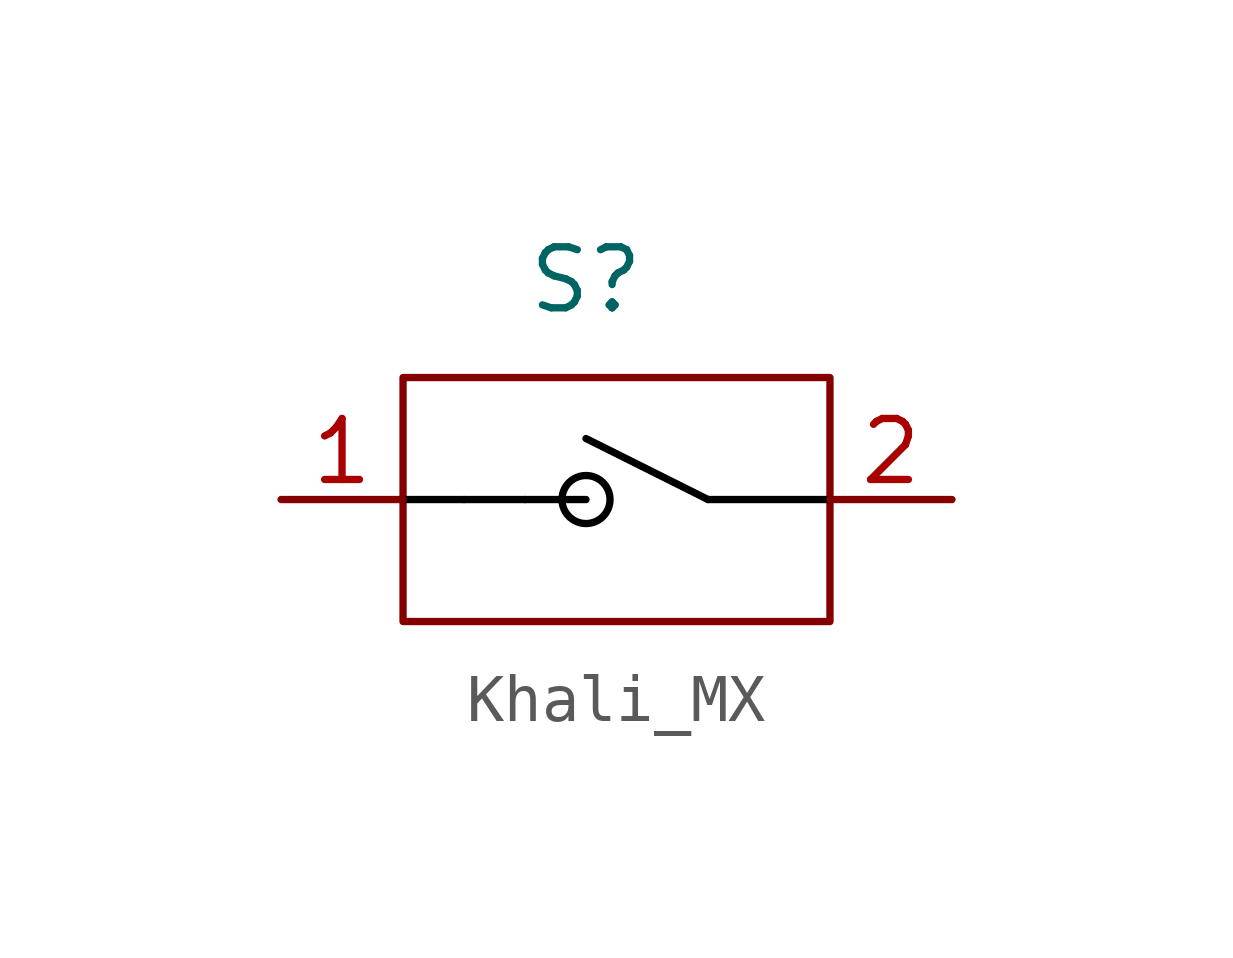
<source format=kicad_sym>
(kicad_symbol_lib
  (version 20231120)
  (generator "kicad_symbol_editor")
  (generator_version "8.0")
  (symbol "Khali_MX"
    (property "Reference" "S"
      (at 0 0.762 0)
      (effects (font (size 1.27 1.27))))
    (property "Value" ""
      (at 0 0 0)
      (effects (font (size 1.27 1.27))))
    (symbol "Khali_MX_0_1"
      (rectangle (start -3.81 -1.27) (end 5.08 -6.35) (stroke (width 0) (type default)) (fill (type none)))
      (circle (center 0 -3.81) (radius 0.5) (stroke (width 0) (type default) (color 0 0 0 1)) (fill (type color) (color 255 255 255 1)))
      (polyline (pts (xy -3.81 -3.81) (xy -2.54 -3.81)) (stroke (width 0) (type default) (color 0 0 0 1)) (fill (type none)))
      (polyline (pts (xy -2.54 -3.81) (xy -1.27 -3.81)) (stroke (width 0) (type default) (color 0 0 0 1)) (fill (type none)))
      (polyline (pts (xy -1.27 -3.81) (xy 0 -3.81)) (stroke (width 0) (type default) (color 0 0 0 1)) (fill (type none)))
      (polyline (pts (xy 2.54 -3.81) (xy 0 -2.54)) (stroke (width 0) (type default) (color 0 0 0 1)) (fill (type none)))
      (polyline (pts (xy 5.08 -3.81) (xy 2.54 -3.81)) (stroke (width 0) (type default) (color 0 0 0 1)) (fill (type none))))
    (symbol "Khali_MX_1_1"
      (pin passive line (at -6.35 -3.81 0) (length 2.54) (name "" (effects (font (size 1.27 1.27)))) (number "1" (effects (font (size 1.27 1.27)))))
      (pin passive line (at 7.62 -3.81 180) (length 2.54) (name "" (effects (font (size 1.27 1.27)))) (number "2" (effects (font (size 1.27 1.27))))))))
</source>
